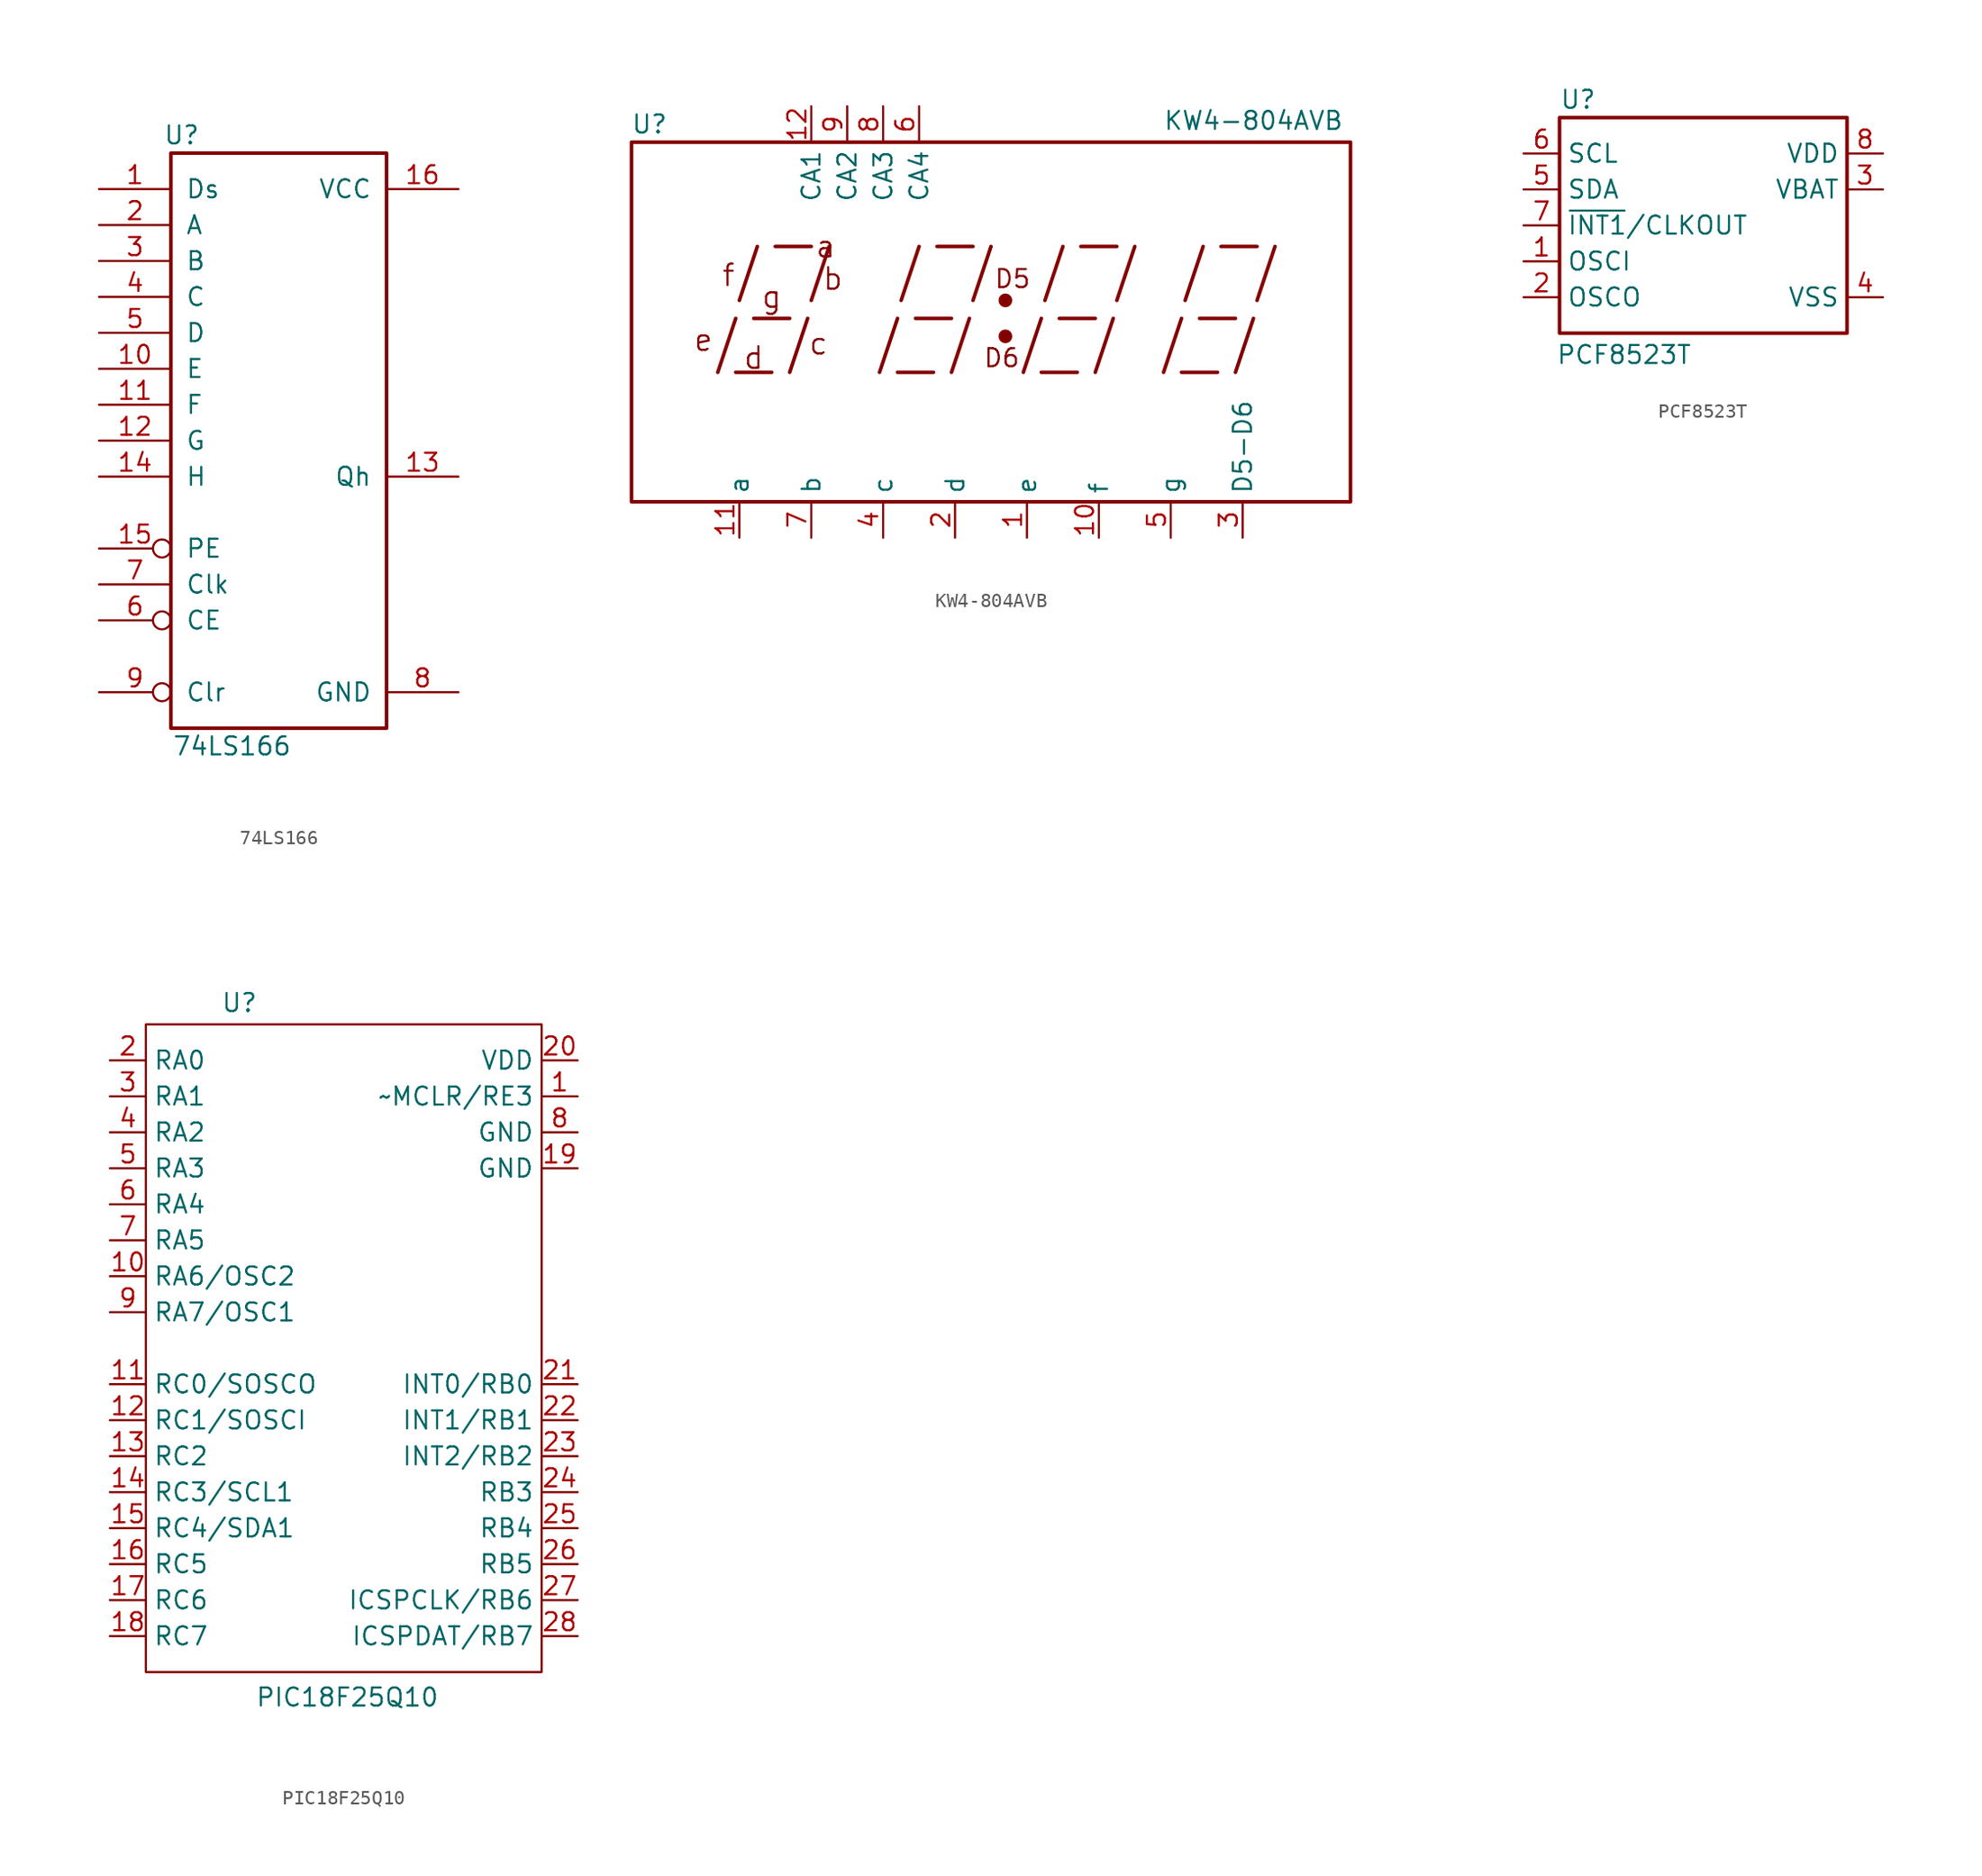
<source format=kicad_sym>
(kicad_symbol_lib
  (version 20231120)
  (generator "kicad_symbol_editor")
  (generator_version "8.0")
  (symbol "74LS166"
    (pin_names
      (offset 1.016))
    (property "Reference" "U"
      (at -6.858 21.59 0)
      (effects (font (size 1.27 1.27))))
    (property "Value" "74LS166"
      (at -3.302 -21.59 0)
      (effects (font (size 1.27 1.27))))
    (symbol "74LS166_1_0"
      (pin input line (at -12.7 17.78 0) (length 5.08) (name "Ds" (effects (font (size 1.27 1.27)))) (number "1" (effects (font (size 1.27 1.27)))))
      (pin input line (at -12.7 5.08 0) (length 5.08) (name "E" (effects (font (size 1.27 1.27)))) (number "10" (effects (font (size 1.27 1.27)))))
      (pin input line (at -12.7 2.54 0) (length 5.08) (name "F" (effects (font (size 1.27 1.27)))) (number "11" (effects (font (size 1.27 1.27)))))
      (pin input line (at -12.7 0 0) (length 5.08) (name "G" (effects (font (size 1.27 1.27)))) (number "12" (effects (font (size 1.27 1.27)))))
      (pin output line (at 12.7 -2.54 180) (length 5.08) (name "Qh" (effects (font (size 1.27 1.27)))) (number "13" (effects (font (size 1.27 1.27)))))
      (pin input line (at -12.7 -2.54 0) (length 5.08) (name "H" (effects (font (size 1.27 1.27)))) (number "14" (effects (font (size 1.27 1.27)))))
      (pin input inverted (at -12.7 -7.62 0) (length 5.08) (name "PE" (effects (font (size 1.27 1.27)))) (number "15" (effects (font (size 1.27 1.27)))))
      (pin power_in line (at 12.7 17.78 180) (length 5.08) (name "VCC" (effects (font (size 1.27 1.27)))) (number "16" (effects (font (size 1.27 1.27)))))
      (pin input line (at -12.7 15.24 0) (length 5.08) (name "A" (effects (font (size 1.27 1.27)))) (number "2" (effects (font (size 1.27 1.27)))))
      (pin input line (at -12.7 12.7 0) (length 5.08) (name "B" (effects (font (size 1.27 1.27)))) (number "3" (effects (font (size 1.27 1.27)))))
      (pin input line (at -12.7 10.16 0) (length 5.08) (name "C" (effects (font (size 1.27 1.27)))) (number "4" (effects (font (size 1.27 1.27)))))
      (pin input line (at -12.7 7.62 0) (length 5.08) (name "D" (effects (font (size 1.27 1.27)))) (number "5" (effects (font (size 1.27 1.27)))))
      (pin input inverted (at -12.7 -12.7 0) (length 5.08) (name "CE" (effects (font (size 1.27 1.27)))) (number "6" (effects (font (size 1.27 1.27)))))
      (pin input line (at -12.7 -10.16 0) (length 5.08) (name "Clk" (effects (font (size 1.27 1.27)))) (number "7" (effects (font (size 1.27 1.27)))))
      (pin power_in line (at 12.7 -17.78 180) (length 5.08) (name "GND" (effects (font (size 1.27 1.27)))) (number "8" (effects (font (size 1.27 1.27)))))
      (pin input inverted (at -12.7 -17.78 0) (length 5.08) (name "Clr" (effects (font (size 1.27 1.27)))) (number "9" (effects (font (size 1.27 1.27))))))
    (symbol "74LS166_1_1"
      (rectangle (start -7.62 20.32) (end 7.62 -20.32) (stroke (width 0.254) (type default)) (fill (type none)))))
  (symbol "KW4-804AVB"
    (property "Reference" "U"
      (at -24.13 13.97 0)
      (effects (font (size 1.27 1.27))))
    (property "Value" "KW4-804AVB"
      (at 18.542 14.224 0)
      (effects (font (size 1.27 1.27))))
    (symbol "KW4-804AVB_0_0"
      (rectangle (start -25.4 12.7) (end 25.4 -12.7) (stroke (width 0.254) (type default)) (fill (type none)))
      (polyline (pts (xy -19.304 -3.556) (xy -18.034 0.254)) (stroke (width 0.254) (type default)) (fill (type none)))
      (polyline (pts (xy -18.034 -3.556) (xy -15.494 -3.556)) (stroke (width 0.254) (type default)) (fill (type none)))
      (polyline (pts (xy -17.78 1.524) (xy -16.51 5.334)) (stroke (width 0.254) (type default)) (fill (type none)))
      (polyline (pts (xy -16.764 0.254) (xy -14.224 0.254)) (stroke (width 0.254) (type default)) (fill (type none)))
      (polyline (pts (xy -15.24 5.334) (xy -12.7 5.334)) (stroke (width 0.254) (type default)) (fill (type none)))
      (polyline (pts (xy -14.224 -3.556) (xy -12.954 0.254)) (stroke (width 0.254) (type default)) (fill (type none)))
      (polyline (pts (xy -12.7 1.524) (xy -11.43 5.334)) (stroke (width 0.254) (type default)) (fill (type none)))
      (polyline (pts (xy -7.874 -3.556) (xy -6.604 0.254)) (stroke (width 0.254) (type default)) (fill (type none)))
      (polyline (pts (xy -6.604 -3.556) (xy -4.064 -3.556)) (stroke (width 0.254) (type default)) (fill (type none)))
      (polyline (pts (xy -6.35 1.524) (xy -5.08 5.334)) (stroke (width 0.254) (type default)) (fill (type none)))
      (polyline (pts (xy -5.334 0.254) (xy -2.794 0.254)) (stroke (width 0.254) (type default)) (fill (type none)))
      (polyline (pts (xy -3.81 5.334) (xy -1.27 5.334)) (stroke (width 0.254) (type default)) (fill (type none)))
      (polyline (pts (xy -2.794 -3.556) (xy -1.524 0.254)) (stroke (width 0.254) (type default)) (fill (type none)))
      (polyline (pts (xy -1.27 1.524) (xy 0 5.334)) (stroke (width 0.254) (type default)) (fill (type none)))
      (polyline (pts (xy 2.286 -3.556) (xy 3.556 0.254)) (stroke (width 0.254) (type default)) (fill (type none)))
      (polyline (pts (xy 3.556 -3.556) (xy 6.096 -3.556)) (stroke (width 0.254) (type default)) (fill (type none)))
      (polyline (pts (xy 3.81 1.524) (xy 5.08 5.334)) (stroke (width 0.254) (type default)) (fill (type none)))
      (polyline (pts (xy 4.826 0.254) (xy 7.366 0.254)) (stroke (width 0.254) (type default)) (fill (type none)))
      (polyline (pts (xy 6.35 5.334) (xy 8.89 5.334)) (stroke (width 0.254) (type default)) (fill (type none)))
      (polyline (pts (xy 7.366 -3.556) (xy 8.636 0.254)) (stroke (width 0.254) (type default)) (fill (type none)))
      (polyline (pts (xy 8.89 1.524) (xy 10.16 5.334)) (stroke (width 0.254) (type default)) (fill (type none)))
      (polyline (pts (xy 12.192 -3.556) (xy 13.462 0.254)) (stroke (width 0.254) (type default)) (fill (type none)))
      (polyline (pts (xy 13.462 -3.556) (xy 16.002 -3.556)) (stroke (width 0.254) (type default)) (fill (type none)))
      (polyline (pts (xy 13.716 1.524) (xy 14.986 5.334)) (stroke (width 0.254) (type default)) (fill (type none)))
      (polyline (pts (xy 14.732 0.254) (xy 17.272 0.254)) (stroke (width 0.254) (type default)) (fill (type none)))
      (polyline (pts (xy 16.256 5.334) (xy 18.796 5.334)) (stroke (width 0.254) (type default)) (fill (type none)))
      (polyline (pts (xy 17.272 -3.556) (xy 18.542 0.254)) (stroke (width 0.254) (type default)) (fill (type none)))
      (polyline (pts (xy 18.796 1.524) (xy 20.066 5.334)) (stroke (width 0.254) (type default)) (fill (type none)))
      (text "a" (at -11.684 5.334 0) (effects (font (size 1.524 1.524))))
      (text "b" (at -11.176 3.048 0) (effects (font (size 1.524 1.524))))
      (text "c" (at -12.192 -1.524 0) (effects (font (size 1.524 1.524))))
      (text "d" (at -16.764 -2.54 0) (effects (font (size 1.524 1.524))))
      (text "e" (at -20.32 -1.27 0) (effects (font (size 1.524 1.524))))
      (text "f" (at -18.542 3.302 0) (effects (font (size 1.524 1.524))))
      (text "g" (at -15.494 1.778 0) (effects (font (size 1.524 1.524)))))
    (symbol "KW4-804AVB_0_1"
      (circle (center 1.016 1.524) (radius 0.356) (stroke (width 0.254) (type default)) (fill (type outline))))
    (symbol "KW4-804AVB_1_0"
      (circle (center 1.016 -1.016) (radius 0.356) (stroke (width 0.254) (type default)) (fill (type outline)))
      (text "D5" (at 1.524 3.048 0) (effects (font (size 1.27 1.27))))
      (text "D6" (at 0.762 -2.54 0) (effects (font (size 1.27 1.27)))))
    (symbol "KW4-804AVB_1_1"
      (pin input line (at 2.54 -15.24 90) (length 2.54) (name "e" (effects (font (size 1.27 1.27)))) (number "1" (effects (font (size 1.27 1.27)))))
      (pin input line (at 7.62 -15.24 90) (length 2.54) (name "f" (effects (font (size 1.27 1.27)))) (number "10" (effects (font (size 1.27 1.27)))))
      (pin input line (at -17.78 -15.24 90) (length 2.54) (name "a" (effects (font (size 1.27 1.27)))) (number "11" (effects (font (size 1.27 1.27)))))
      (pin input line (at -12.7 15.24 270) (length 2.54) (name "CA1" (effects (font (size 1.27 1.27)))) (number "12" (effects (font (size 1.27 1.27)))))
      (pin input line (at -2.54 -15.24 90) (length 2.54) (name "d" (effects (font (size 1.27 1.27)))) (number "2" (effects (font (size 1.27 1.27)))))
      (pin input line (at 17.78 -15.24 90) (length 2.54) (name "D5-D6" (effects (font (size 1.27 1.27)))) (number "3" (effects (font (size 1.27 1.27)))))
      (pin input line (at -7.62 -15.24 90) (length 2.54) (name "c" (effects (font (size 1.27 1.27)))) (number "4" (effects (font (size 1.27 1.27)))))
      (pin input line (at 12.7 -15.24 90) (length 2.54) (name "g" (effects (font (size 1.27 1.27)))) (number "5" (effects (font (size 1.27 1.27)))))
      (pin input line (at -5.08 15.24 270) (length 2.54) (name "CA4" (effects (font (size 1.27 1.27)))) (number "6" (effects (font (size 1.27 1.27)))))
      (pin input line (at -12.7 -15.24 90) (length 2.54) (name "b" (effects (font (size 1.27 1.27)))) (number "7" (effects (font (size 1.27 1.27)))))
      (pin input line (at -7.62 15.24 270) (length 2.54) (name "CA3" (effects (font (size 1.27 1.27)))) (number "8" (effects (font (size 1.27 1.27)))))
      (pin input line (at -10.16 15.24 270) (length 2.54) (name "CA2" (effects (font (size 1.27 1.27)))) (number "9" (effects (font (size 1.27 1.27)))))))
  (symbol "PCF8523T"
    (property "Reference" "U"
      (at -10.16 8.89 0)
      (effects (font (size 1.27 1.27)) (justify left)))
    (property "Value" "PCF8523T"
      (at -10.414 -9.144 0)
      (effects (font (size 1.27 1.27)) (justify left)))
    (symbol "PCF8523T_0_1"
      (rectangle (start -10.16 7.62) (end 10.16 -7.62) (stroke (width 0.254) (type default)) (fill (type none))))
    (symbol "PCF8523T_1_1"
      (pin input line (at -12.7 -2.54 0) (length 2.54) (name "OSCI" (effects (font (size 1.27 1.27)))) (number "1" (effects (font (size 1.27 1.27)))))
      (pin output line (at -12.7 -5.08 0) (length 2.54) (name "OSCO" (effects (font (size 1.27 1.27)))) (number "2" (effects (font (size 1.27 1.27)))))
      (pin power_in line (at 12.7 2.54 180) (length 2.54) (name "VBAT" (effects (font (size 1.27 1.27)))) (number "3" (effects (font (size 1.27 1.27)))))
      (pin power_in line (at 12.7 -5.08 180) (length 2.54) (name "VSS" (effects (font (size 1.27 1.27)))) (number "4" (effects (font (size 1.27 1.27)))))
      (pin bidirectional line (at -12.7 2.54 0) (length 2.54) (name "SDA" (effects (font (size 1.27 1.27)))) (number "5" (effects (font (size 1.27 1.27)))))
      (pin input line (at -12.7 5.08 0) (length 2.54) (name "SCL" (effects (font (size 1.27 1.27)))) (number "6" (effects (font (size 1.27 1.27)))))
      (pin open_collector line (at -12.7 0 0) (length 2.54) (name "~{INT1}/CLKOUT" (effects (font (size 1.27 1.27)))) (number "7" (effects (font (size 1.27 1.27)))))
      (pin power_in line (at 12.7 5.08 180) (length 2.54) (name "VDD" (effects (font (size 1.27 1.27)))) (number "8" (effects (font (size 1.27 1.27)))))))
  (symbol "PIC18F25Q10"
    (property "Reference" "U"
      (at -6.096 23.114 0)
      (effects (font (size 1.27 1.27))))
    (property "Value" "PIC18F25Q10"
      (at 1.524 -25.908 0)
      (effects (font (size 1.27 1.27))))
    (symbol "PIC18F25Q10_0_1"
      (rectangle (start -12.7 21.59) (end 15.24 -24.13) (stroke (width 0) (type default)) (fill (type none))))
    (symbol "PIC18F25Q10_1_1"
      (pin tri_state line (at 17.78 16.51 180) (length 2.54) (name "~MCLR/RE3" (effects (font (size 1.27 1.27)))) (number "1" (effects (font (size 1.27 1.27)))))
      (pin tri_state line (at -15.24 3.81 0) (length 2.54) (name "RA6/OSC2" (effects (font (size 1.27 1.27)))) (number "10" (effects (font (size 1.27 1.27)))))
      (pin tri_state line (at -15.24 -3.81 0) (length 2.54) (name "RC0/SOSCO" (effects (font (size 1.27 1.27)))) (number "11" (effects (font (size 1.27 1.27)))))
      (pin tri_state line (at -15.24 -6.35 0) (length 2.54) (name "RC1/SOSCI" (effects (font (size 1.27 1.27)))) (number "12" (effects (font (size 1.27 1.27)))))
      (pin tri_state line (at -15.24 -8.89 0) (length 2.54) (name "RC2" (effects (font (size 1.27 1.27)))) (number "13" (effects (font (size 1.27 1.27)))))
      (pin tri_state line (at -15.24 -11.43 0) (length 2.54) (name "RC3/SCL1" (effects (font (size 1.27 1.27)))) (number "14" (effects (font (size 1.27 1.27)))))
      (pin tri_state line (at -15.24 -13.97 0) (length 2.54) (name "RC4/SDA1" (effects (font (size 1.27 1.27)))) (number "15" (effects (font (size 1.27 1.27)))))
      (pin tri_state line (at -15.24 -16.51 0) (length 2.54) (name "RC5" (effects (font (size 1.27 1.27)))) (number "16" (effects (font (size 1.27 1.27)))))
      (pin tri_state line (at -15.24 -19.05 0) (length 2.54) (name "RC6" (effects (font (size 1.27 1.27)))) (number "17" (effects (font (size 1.27 1.27)))))
      (pin tri_state line (at -15.24 -21.59 0) (length 2.54) (name "RC7" (effects (font (size 1.27 1.27)))) (number "18" (effects (font (size 1.27 1.27)))))
      (pin power_out line (at 17.78 11.43 180) (length 2.54) (name "GND" (effects (font (size 1.27 1.27)))) (number "19" (effects (font (size 1.27 1.27)))))
      (pin tri_state line (at -15.24 19.05 0) (length 2.54) (name "RA0" (effects (font (size 1.27 1.27)))) (number "2" (effects (font (size 1.27 1.27)))))
      (pin power_in line (at 17.78 19.05 180) (length 2.54) (name "VDD" (effects (font (size 1.27 1.27)))) (number "20" (effects (font (size 1.27 1.27)))))
      (pin tri_state line (at 17.78 -3.81 180) (length 2.54) (name "INT0/RB0" (effects (font (size 1.27 1.27)))) (number "21" (effects (font (size 1.27 1.27)))))
      (pin tri_state line (at 17.78 -6.35 180) (length 2.54) (name "INT1/RB1" (effects (font (size 1.27 1.27)))) (number "22" (effects (font (size 1.27 1.27)))))
      (pin tri_state line (at 17.78 -8.89 180) (length 2.54) (name "INT2/RB2" (effects (font (size 1.27 1.27)))) (number "23" (effects (font (size 1.27 1.27)))))
      (pin tri_state line (at 17.78 -11.43 180) (length 2.54) (name "RB3" (effects (font (size 1.27 1.27)))) (number "24" (effects (font (size 1.27 1.27)))))
      (pin tri_state line (at 17.78 -13.97 180) (length 2.54) (name "RB4" (effects (font (size 1.27 1.27)))) (number "25" (effects (font (size 1.27 1.27)))))
      (pin tri_state line (at 17.78 -16.51 180) (length 2.54) (name "RB5" (effects (font (size 1.27 1.27)))) (number "26" (effects (font (size 1.27 1.27)))))
      (pin tri_state line (at 17.78 -19.05 180) (length 2.54) (name "ICSPCLK/RB6" (effects (font (size 1.27 1.27)))) (number "27" (effects (font (size 1.27 1.27)))))
      (pin tri_state line (at 17.78 -21.59 180) (length 2.54) (name "ICSPDAT/RB7" (effects (font (size 1.27 1.27)))) (number "28" (effects (font (size 1.27 1.27)))))
      (pin tri_state line (at -15.24 16.51 0) (length 2.54) (name "RA1" (effects (font (size 1.27 1.27)))) (number "3" (effects (font (size 1.27 1.27)))))
      (pin tri_state line (at -15.24 13.97 0) (length 2.54) (name "RA2" (effects (font (size 1.27 1.27)))) (number "4" (effects (font (size 1.27 1.27)))))
      (pin tri_state line (at -15.24 11.43 0) (length 2.54) (name "RA3" (effects (font (size 1.27 1.27)))) (number "5" (effects (font (size 1.27 1.27)))))
      (pin tri_state line (at -15.24 8.89 0) (length 2.54) (name "RA4" (effects (font (size 1.27 1.27)))) (number "6" (effects (font (size 1.27 1.27)))))
      (pin tri_state line (at -15.24 6.35 0) (length 2.54) (name "RA5" (effects (font (size 1.27 1.27)))) (number "7" (effects (font (size 1.27 1.27)))))
      (pin power_out line (at 17.78 13.97 180) (length 2.54) (name "GND" (effects (font (size 1.27 1.27)))) (number "8" (effects (font (size 1.27 1.27)))))
      (pin tri_state line (at -15.24 1.27 0) (length 2.54) (name "RA7/OSC1" (effects (font (size 1.27 1.27)))) (number "9" (effects (font (size 1.27 1.27))))))))
</source>
